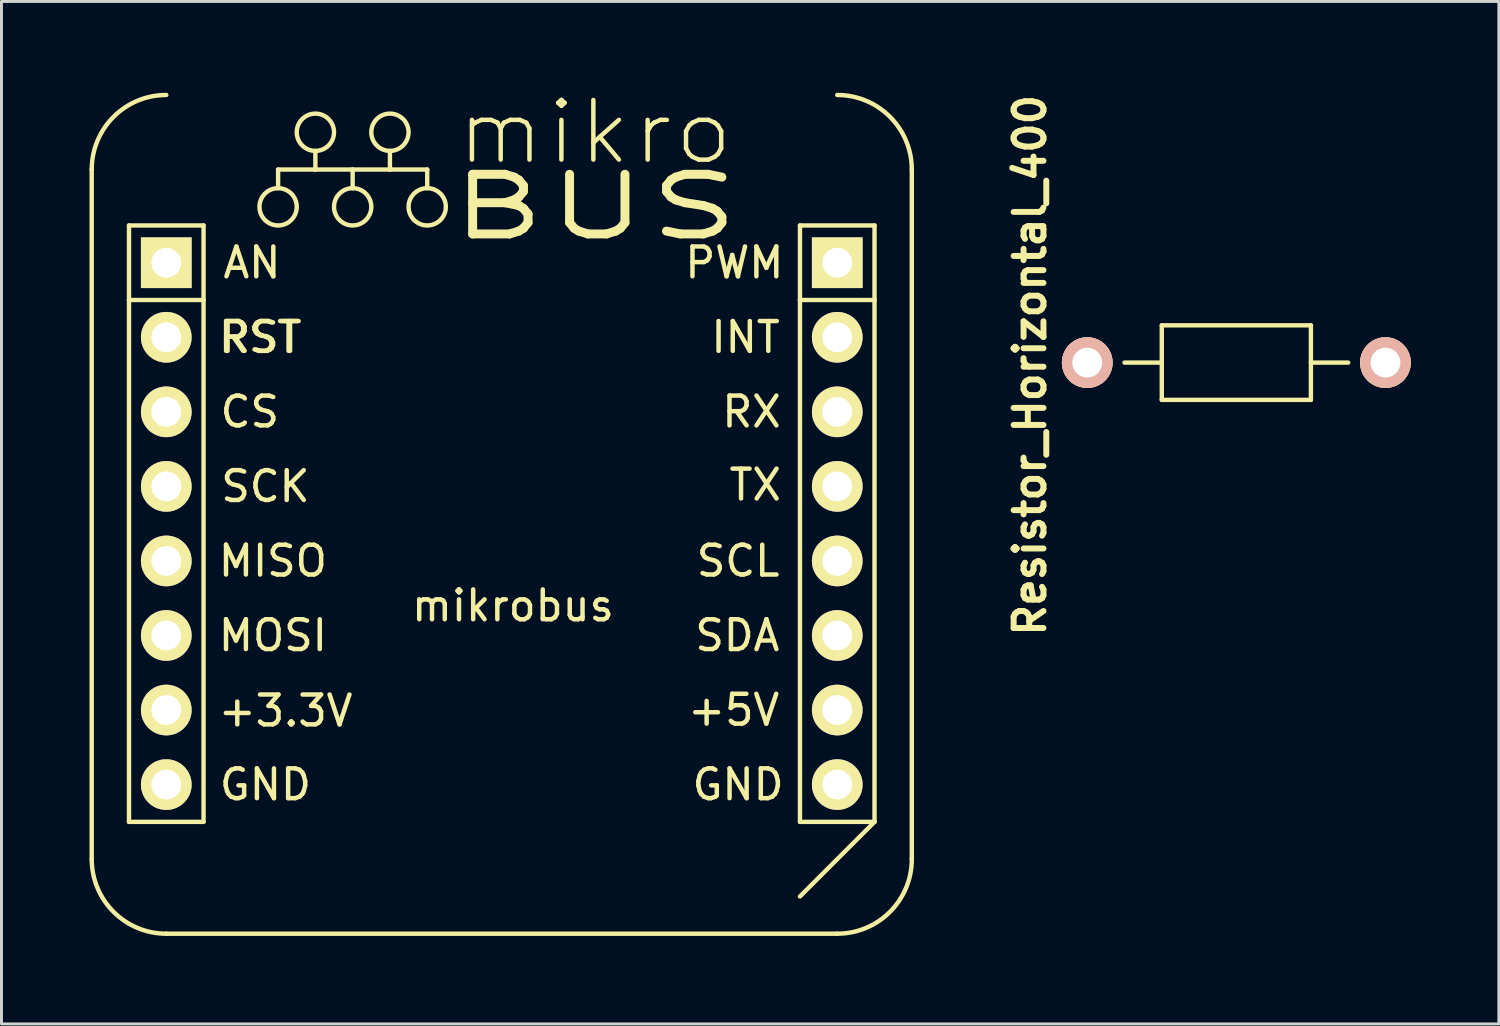
<source format=kicad_pcb>
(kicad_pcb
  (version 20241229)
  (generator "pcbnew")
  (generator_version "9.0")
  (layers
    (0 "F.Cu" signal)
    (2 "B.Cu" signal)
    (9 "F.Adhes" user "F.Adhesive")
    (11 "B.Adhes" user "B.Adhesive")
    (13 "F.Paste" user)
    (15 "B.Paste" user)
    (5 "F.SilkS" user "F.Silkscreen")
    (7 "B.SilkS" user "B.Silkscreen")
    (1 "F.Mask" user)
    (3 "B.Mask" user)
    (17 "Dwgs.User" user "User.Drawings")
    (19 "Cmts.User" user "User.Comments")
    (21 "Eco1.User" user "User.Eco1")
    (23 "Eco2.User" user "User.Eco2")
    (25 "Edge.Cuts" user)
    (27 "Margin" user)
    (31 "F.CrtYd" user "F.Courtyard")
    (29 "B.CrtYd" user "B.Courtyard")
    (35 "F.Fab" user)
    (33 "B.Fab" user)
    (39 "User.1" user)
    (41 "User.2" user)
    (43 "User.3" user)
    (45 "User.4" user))
  (footprint "mikrobus"
    (layer "F.Cu")
    (at 14.045 14.791)
    (property "Reference" "mikrobus" (at 0.381 2.794 0) (layer "F.SilkS") (effects (font (size 1.016 1.016) (thickness 0.152))))
    (attr through_hole)
    (fp_line (start -13.97 -12.065) (end -13.97 11.43) (stroke (width 0.15) (type solid)) (layer "F.SilkS"))
    (fp_line (start -12.7 -10.16) (end -10.16 -10.16) (stroke (width 0.15) (type solid)) (layer "F.SilkS"))
    (fp_line (start -12.7 -7.62) (end -12.7 -10.16) (stroke (width 0.15) (type solid)) (layer "F.SilkS"))
    (fp_line (start -12.7 -7.62) (end -12.7 10.16) (stroke (width 0.15) (type solid)) (layer "F.SilkS"))
    (fp_line (start -12.7 10.16) (end -10.16 10.16) (stroke (width 0.15) (type solid)) (layer "F.SilkS"))
    (fp_line (start -11.43 13.97) (end 11.43 13.97) (stroke (width 0.15) (type solid)) (layer "F.SilkS"))
    (fp_line (start -10.16 -10.16) (end -10.16 -7.62) (stroke (width 0.15) (type solid)) (layer "F.SilkS"))
    (fp_line (start -10.16 -7.62) (end -12.7 -7.62) (stroke (width 0.15) (type solid)) (layer "F.SilkS"))
    (fp_line (start -10.16 10.16) (end -10.16 -7.62) (stroke (width 0.15) (type solid)) (layer "F.SilkS"))
    (fp_line (start -7.62 -12.065) (end -6.35 -12.065) (stroke (width 0.15) (type solid)) (layer "F.SilkS"))
    (fp_line (start -7.62 -11.43) (end -7.62 -12.065) (stroke (width 0.15) (type solid)) (layer "F.SilkS"))
    (fp_line (start -6.35 -12.065) (end -6.35 -12.7) (stroke (width 0.15) (type solid)) (layer "F.SilkS"))
    (fp_line (start -6.35 -12.065) (end -5.08 -12.065) (stroke (width 0.15) (type solid)) (layer "F.SilkS"))
    (fp_line (start -5.08 -12.065) (end -5.08 -11.43) (stroke (width 0.15) (type solid)) (layer "F.SilkS"))
    (fp_line (start -5.08 -12.065) (end -3.81 -12.065) (stroke (width 0.15) (type solid)) (layer "F.SilkS"))
    (fp_line (start -3.81 -12.065) (end -3.81 -12.7) (stroke (width 0.15) (type solid)) (layer "F.SilkS"))
    (fp_line (start -3.81 -12.065) (end -2.54 -12.065) (stroke (width 0.15) (type solid)) (layer "F.SilkS"))
    (fp_line (start -2.54 -12.065) (end -2.54 -11.43) (stroke (width 0.15) (type solid)) (layer "F.SilkS"))
    (fp_line (start 10.16 -10.16) (end 12.7 -10.16) (stroke (width 0.15) (type solid)) (layer "F.SilkS"))
    (fp_line (start 10.16 -7.62) (end 10.16 -10.16) (stroke (width 0.15) (type solid)) (layer "F.SilkS"))
    (fp_line (start 10.16 -7.62) (end 10.16 10.16) (stroke (width 0.15) (type solid)) (layer "F.SilkS"))
    (fp_line (start 10.16 10.16) (end 12.7 10.16) (stroke (width 0.15) (type solid)) (layer "F.SilkS"))
    (fp_line (start 12.7 -10.16) (end 12.7 -7.62) (stroke (width 0.15) (type solid)) (layer "F.SilkS"))
    (fp_line (start 12.7 -7.62) (end 10.16 -7.62) (stroke (width 0.15) (type solid)) (layer "F.SilkS"))
    (fp_line (start 12.7 10.16) (end 10.16 12.7) (stroke (width 0.15) (type solid)) (layer "F.SilkS"))
    (fp_line (start 12.7 10.16) (end 12.7 -7.62) (stroke (width 0.15) (type solid)) (layer "F.SilkS"))
    (fp_line (start 13.97 11.43) (end 13.97 -12.065) (stroke (width 0.15) (type solid)) (layer "F.SilkS"))
    (fp_arc (start -13.97 -12.065) (mid -13.226051 -13.861051) (end -11.43 -14.605) (stroke (width 0.15) (type solid)) (layer "F.SilkS"))
    (fp_arc (start -11.43 13.97) (mid -13.226051 13.226051) (end -13.97 11.43) (stroke (width 0.15) (type solid)) (layer "F.SilkS"))
    (fp_arc (start 11.43 -14.605) (mid 13.226051 -13.861051) (end 13.97 -12.065) (stroke (width 0.15) (type solid)) (layer "F.SilkS"))
    (fp_arc (start 13.97 11.43) (mid 13.226051 13.226051) (end 11.43 13.97) (stroke (width 0.15) (type solid)) (layer "F.SilkS"))
    (fp_circle (center -7.62 -10.795) (end -7.62 -11.43) (stroke (width 0.15) (type solid)) (fill no) (layer "F.SilkS"))
    (fp_circle (center -6.35 -13.335) (end -6.985 -13.335) (stroke (width 0.15) (type solid)) (fill no) (layer "F.SilkS"))
    (fp_circle (center -5.08 -10.795) (end -5.08 -11.43) (stroke (width 0.15) (type solid)) (fill no) (layer "F.SilkS"))
    (fp_circle (center -3.81 -13.335) (end -4.445 -13.335) (stroke (width 0.15) (type solid)) (fill no) (layer "F.SilkS"))
    (fp_circle (center -2.54 -10.795) (end -3.175 -10.795) (stroke (width 0.15) (type solid)) (fill no) (layer "F.SilkS"))
    (fp_text user "CS" (at -8.585 -3.81 0) (layer "F.SilkS") (effects (font (size 1.016 1.016) (thickness 0.152))))
    (fp_text user "+5V" (at 7.899 6.35 0) (layer "F.SilkS") (effects (font (size 1.016 1.016) (thickness 0.152))))
    (fp_text user "RX" (at 8.509 -3.81 0) (layer "F.SilkS") (effects (font (size 1.016 1.016) (thickness 0.152))))
    (fp_text user "PWM" (at 7.925 -8.89 0) (layer "F.SilkS") (effects (font (size 1.016 1.016) (thickness 0.152))))
    (fp_text user "mikro" (at 3.175 -13.335 0) (layer "F.SilkS") (effects (font (size 2.032 2.286) (thickness 0.152))))
    (fp_text user "SDA" (at 8.026 3.81 0) (layer "F.SilkS") (effects (font (size 1.016 1.016) (thickness 0.152))))
    (fp_text user "+3.3V" (at -7.366 6.375 0) (layer "F.SilkS") (effects (font (size 1.016 1.016) (thickness 0.152))))
    (fp_text user "SCK" (at -8.052 -1.27 0) (layer "F.SilkS") (effects (font (size 1.016 1.016) (thickness 0.152))))
    (fp_text user "RST" (at -8.204 -6.35 0) (layer "F.SilkS") (effects (font (size 1.016 1.016) (thickness 0.152))))
    (fp_text user "INT" (at 8.306 -6.35 0) (layer "F.SilkS") (effects (font (size 1.016 1.016) (thickness 0.152))))
    (fp_text user "MOSI" (at -7.798 3.81 0) (layer "F.SilkS") (effects (font (size 1.016 1.016) (thickness 0.152))))
    (fp_text user "GND" (at -8.052 8.89 0) (layer "F.SilkS") (effects (font (size 1.016 1.016) (thickness 0.152))))
    (fp_text user "AN" (at -8.509 -8.89 0) (layer "F.SilkS") (effects (font (size 1.016 1.016) (thickness 0.152))))
    (fp_text user "TX" (at 8.636 -1.321 0) (layer "F.SilkS") (effects (font (size 1.016 1.016) (thickness 0.152))))
    (fp_text user "SCL" (at 8.052 1.27 0) (layer "F.SilkS") (effects (font (size 1.016 1.016) (thickness 0.152))))
    (fp_text user "RST" (at -8.255 -6.35 0) (layer "F.SilkS") (effects (font (size 1.016 1.016) (thickness 0.152))))
    (fp_text user "BUS" (at 3.175 -10.795 0) (layer "F.SilkS") (effects (font (size 2.032 3.302) (thickness 0.305))))
    (fp_text user "MISO" (at -7.798 1.27 0) (layer "F.SilkS") (effects (font (size 1.016 1.016) (thickness 0.152))))
    (fp_text user "GND" (at 8.052 8.89 0) (layer "F.SilkS") (effects (font (size 1.016 1.016) (thickness 0.152))))
    (pad "1" thru_hole rect (at -11.43 -8.89) (size 1.727 1.727) (drill 1.016) (layers "*.Cu" "*.Mask" "F.SilkS"))
    (pad "2" thru_hole circle (at -11.43 -6.35) (size 1.727 1.727) (drill 1.016) (layers "*.Cu" "*.Mask" "F.SilkS"))
    (pad "3" thru_hole circle (at -11.43 -3.81) (size 1.727 1.727) (drill 1.016) (layers "*.Cu" "*.Mask" "F.SilkS"))
    (pad "4" thru_hole circle (at -11.43 -1.27) (size 1.727 1.727) (drill 1.016) (layers "*.Cu" "*.Mask" "F.SilkS"))
    (pad "5" thru_hole circle (at -11.43 1.27) (size 1.727 1.727) (drill 1.016) (layers "*.Cu" "*.Mask" "F.SilkS"))
    (pad "6" thru_hole circle (at -11.43 3.81) (size 1.727 1.727) (drill 1.016) (layers "*.Cu" "*.Mask" "F.SilkS"))
    (pad "7" thru_hole circle (at -11.43 6.35) (size 1.727 1.727) (drill 1.016) (layers "*.Cu" "*.Mask" "F.SilkS"))
    (pad "8" thru_hole circle (at -11.43 8.89) (size 1.727 1.727) (drill 1.016) (layers "*.Cu" "*.Mask" "F.SilkS"))
    (pad "9" thru_hole rect (at 11.43 -8.89) (size 1.727 1.727) (drill 1.016) (layers "*.Cu" "*.Mask" "F.SilkS"))
    (pad "10" thru_hole circle (at 11.43 -6.35) (size 1.727 1.727) (drill 1.016) (layers "*.Cu" "*.Mask" "F.SilkS"))
    (pad "11" thru_hole circle (at 11.43 -3.81) (size 1.727 1.727) (drill 1.016) (layers "*.Cu" "*.Mask" "F.SilkS"))
    (pad "12" thru_hole circle (at 11.43 -1.27) (size 1.727 1.727) (drill 1.016) (layers "*.Cu" "*.Mask" "F.SilkS"))
    (pad "13" thru_hole circle (at 11.43 1.27) (size 1.727 1.727) (drill 1.016) (layers "*.Cu" "*.Mask" "F.SilkS"))
    (pad "14" thru_hole circle (at 11.43 3.81) (size 1.727 1.727) (drill 1.016) (layers "*.Cu" "*.Mask" "F.SilkS"))
    (pad "15" thru_hole circle (at 11.43 6.35) (size 1.727 1.727) (drill 1.016) (layers "*.Cu" "*.Mask" "F.SilkS"))
    (pad "16" thru_hole circle (at 11.43 8.89) (size 1.727 1.727) (drill 1.016) (layers "*.Cu" "*.Mask" "F.SilkS")))
  (footprint "Resistor_Horizontal_400"
    (layer "F.Cu")
    (at 39.072 9.304)
    (property "Reference" "Resistor_Horizontal_400" (at -7.031 0.091 90) (layer "F.SilkS") (effects (font (size 1.016 1.016) (thickness 0.203))))
    (attr through_hole)
    (fp_line (start -2.54 -1.27) (end -2.54 1.27) (stroke (width 0.15) (type solid)) (layer "F.SilkS"))
    (fp_line (start -2.54 0) (end -3.81 0) (stroke (width 0.15) (type solid)) (layer "F.SilkS"))
    (fp_line (start -2.54 1.27) (end 2.54 1.27) (stroke (width 0.15) (type solid)) (layer "F.SilkS"))
    (fp_line (start 2.54 -1.27) (end -2.54 -1.27) (stroke (width 0.15) (type solid)) (layer "F.SilkS"))
    (fp_line (start 2.54 0) (end 3.81 0) (stroke (width 0.15) (type solid)) (layer "F.SilkS"))
    (fp_line (start 2.54 1.27) (end 2.54 -1.27) (stroke (width 0.15) (type solid)) (layer "F.SilkS"))
    (pad "1" thru_hole circle (at -5.08 0) (size 1.727 1.727) (drill 1.016) (layers "*.Cu" "*.SilkS" "*.Mask"))
    (pad "2" thru_hole circle (at 5.08 0) (size 1.727 1.727) (drill 1.016) (layers "*.Cu" "*.SilkS" "*.Mask")))
  (gr_rect
    (start -3 -3)
    (end 48.015 31.836)
    (stroke (width 0.1) (type default))
    (fill no)
    (layer "Edge.Cuts")))
</source>
